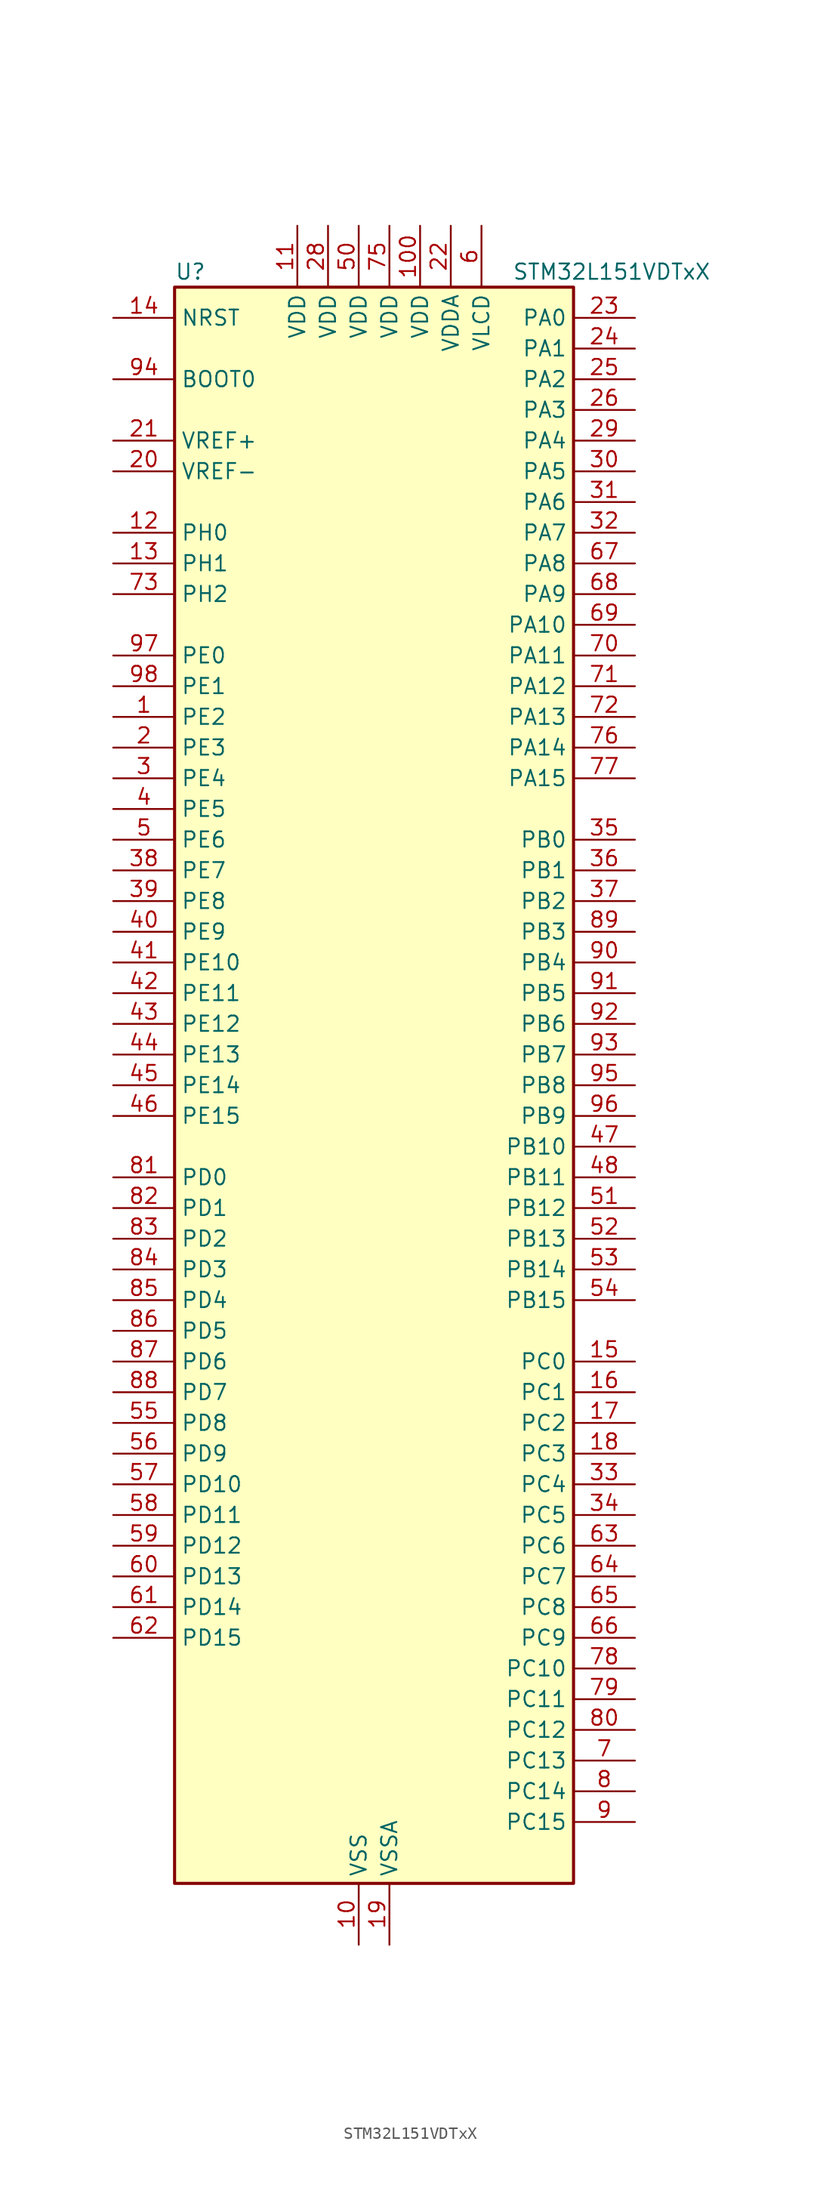
<source format=kicad_sym>
(kicad_symbol_lib
  (version 20220914)
  (generator kicad_symbol_editor)
  (symbol "STM32L151VDTxX"
    (property "Reference" "U"
      (at -15.24 67.31 0)
      (effects (font (size 1.27 1.27)) (justify left)))
    (property "Value" "STM32L151VDTxX"
      (at 12.7 67.31 0)
      (effects (font (size 1.27 1.27)) (justify left)))
    (property "ki_locked" ""
      (at 0 0 0)
      (effects (font (size 1.27 1.27))))
    (symbol "STM32L151VDTxX_0_1"
      (rectangle (start -15.24 -66.04) (end 17.78 66.04) (stroke (width 0.254) (type default)) (fill (type background))))
    (symbol "STM32L151VDTxX_1_1"
      (pin bidirectional line (at -20.32 30.48 0) (length 5.08) (name "PE2" (effects (font (size 1.27 1.27)))) (number "1" (effects (font (size 1.27 1.27)))) (alternate "SYS_TRACECK" bidirectional line) (alternate "TIM3_ETR" bidirectional line) (alternate "TIMX_IC3" bidirectional line))
      (pin power_in line (at 0 -71.12 90) (length 5.08) (name "VSS" (effects (font (size 1.27 1.27)))) (number "10" (effects (font (size 1.27 1.27)))))
      (pin power_in line (at 5.08 71.12 270) (length 5.08) (name "VDD" (effects (font (size 1.27 1.27)))) (number "100" (effects (font (size 1.27 1.27)))))
      (pin power_in line (at -5.08 71.12 270) (length 5.08) (name "VDD" (effects (font (size 1.27 1.27)))) (number "11" (effects (font (size 1.27 1.27)))))
      (pin bidirectional line (at -20.32 45.72 0) (length 5.08) (name "PH0" (effects (font (size 1.27 1.27)))) (number "12" (effects (font (size 1.27 1.27)))) (alternate "RCC_OSC_IN" bidirectional line))
      (pin bidirectional line (at -20.32 43.18 0) (length 5.08) (name "PH1" (effects (font (size 1.27 1.27)))) (number "13" (effects (font (size 1.27 1.27)))) (alternate "RCC_OSC_OUT" bidirectional line))
      (pin input line (at -20.32 63.5 0) (length 5.08) (name "NRST" (effects (font (size 1.27 1.27)))) (number "14" (effects (font (size 1.27 1.27)))))
      (pin bidirectional line (at 22.86 -22.86 180) (length 5.08) (name "PC0" (effects (font (size 1.27 1.27)))) (number "15" (effects (font (size 1.27 1.27)))) (alternate "ADC_IN10" bidirectional line) (alternate "COMP1_INP" bidirectional line) (alternate "TIMX_IC1" bidirectional line) (alternate "TS_G8_IO1" bidirectional line))
      (pin bidirectional line (at 22.86 -25.4 180) (length 5.08) (name "PC1" (effects (font (size 1.27 1.27)))) (number "16" (effects (font (size 1.27 1.27)))) (alternate "ADC_IN11" bidirectional line) (alternate "COMP1_INP" bidirectional line) (alternate "TIMX_IC2" bidirectional line) (alternate "TS_G8_IO2" bidirectional line))
      (pin bidirectional line (at 22.86 -27.94 180) (length 5.08) (name "PC2" (effects (font (size 1.27 1.27)))) (number "17" (effects (font (size 1.27 1.27)))) (alternate "ADC_IN12" bidirectional line) (alternate "COMP1_INP" bidirectional line) (alternate "TIMX_IC3" bidirectional line) (alternate "TS_G8_IO3" bidirectional line))
      (pin bidirectional line (at 22.86 -30.48 180) (length 5.08) (name "PC3" (effects (font (size 1.27 1.27)))) (number "18" (effects (font (size 1.27 1.27)))) (alternate "ADC_IN13" bidirectional line) (alternate "COMP1_INP" bidirectional line) (alternate "TIMX_IC4" bidirectional line) (alternate "TS_G8_IO4" bidirectional line))
      (pin power_in line (at 2.54 -71.12 90) (length 5.08) (name "VSSA" (effects (font (size 1.27 1.27)))) (number "19" (effects (font (size 1.27 1.27)))))
      (pin bidirectional line (at -20.32 27.94 0) (length 5.08) (name "PE3" (effects (font (size 1.27 1.27)))) (number "2" (effects (font (size 1.27 1.27)))) (alternate "SYS_TRACED0" bidirectional line) (alternate "TIM3_CH1" bidirectional line) (alternate "TIMX_IC4" bidirectional line))
      (pin input line (at -20.32 50.8 0) (length 5.08) (name "VREF-" (effects (font (size 1.27 1.27)))) (number "20" (effects (font (size 1.27 1.27)))))
      (pin input line (at -20.32 53.34 0) (length 5.08) (name "VREF+" (effects (font (size 1.27 1.27)))) (number "21" (effects (font (size 1.27 1.27)))))
      (pin power_in line (at 7.62 71.12 270) (length 5.08) (name "VDDA" (effects (font (size 1.27 1.27)))) (number "22" (effects (font (size 1.27 1.27)))))
      (pin bidirectional line (at 22.86 63.5 180) (length 5.08) (name "PA0" (effects (font (size 1.27 1.27)))) (number "23" (effects (font (size 1.27 1.27)))) (alternate "ADC_IN0" bidirectional line) (alternate "COMP1_INP" bidirectional line) (alternate "RTC_TAMP2" bidirectional line) (alternate "SYS_WKUP1" bidirectional line) (alternate "TIM2_CH1" bidirectional line) (alternate "TIM2_ETR" bidirectional line) (alternate "TIM5_CH1" bidirectional line) (alternate "TIMX_IC1" bidirectional line) (alternate "TS_G1_IO1" bidirectional line) (alternate "USART2_CTS" bidirectional line))
      (pin bidirectional line (at 22.86 60.96 180) (length 5.08) (name "PA1" (effects (font (size 1.27 1.27)))) (number "24" (effects (font (size 1.27 1.27)))) (alternate "ADC_IN1" bidirectional line) (alternate "COMP1_INP" bidirectional line) (alternate "OPAMP1_VINP" bidirectional line) (alternate "TIM2_CH2" bidirectional line) (alternate "TIM5_CH2" bidirectional line) (alternate "TIMX_IC2" bidirectional line) (alternate "TS_G1_IO2" bidirectional line) (alternate "USART2_RTS" bidirectional line))
      (pin bidirectional line (at 22.86 58.42 180) (length 5.08) (name "PA2" (effects (font (size 1.27 1.27)))) (number "25" (effects (font (size 1.27 1.27)))) (alternate "ADC_IN2" bidirectional line) (alternate "COMP1_INP" bidirectional line) (alternate "OPAMP1_VINM" bidirectional line) (alternate "TIM2_CH3" bidirectional line) (alternate "TIM5_CH3" bidirectional line) (alternate "TIM9_CH1" bidirectional line) (alternate "TIMX_IC3" bidirectional line) (alternate "TS_G1_IO3" bidirectional line) (alternate "USART2_TX" bidirectional line))
      (pin bidirectional line (at 22.86 55.88 180) (length 5.08) (name "PA3" (effects (font (size 1.27 1.27)))) (number "26" (effects (font (size 1.27 1.27)))) (alternate "ADC_IN3" bidirectional line) (alternate "COMP1_INP" bidirectional line) (alternate "OPAMP1_VOUT" bidirectional line) (alternate "TIM2_CH4" bidirectional line) (alternate "TIM5_CH4" bidirectional line) (alternate "TIM9_CH2" bidirectional line) (alternate "TIMX_IC4" bidirectional line) (alternate "TS_G1_IO4" bidirectional line) (alternate "USART2_RX" bidirectional line))
      (pin passive line (at 0 -71.12 90) (length 5.08) hide (name "VSS" (effects (font (size 1.27 1.27)))) (number "27" (effects (font (size 1.27 1.27)))))
      (pin power_in line (at -2.54 71.12 270) (length 5.08) (name "VDD" (effects (font (size 1.27 1.27)))) (number "28" (effects (font (size 1.27 1.27)))))
      (pin bidirectional line (at 22.86 53.34 180) (length 5.08) (name "PA4" (effects (font (size 1.27 1.27)))) (number "29" (effects (font (size 1.27 1.27)))) (alternate "ADC_IN4" bidirectional line) (alternate "COMP1_INP" bidirectional line) (alternate "DAC_OUT1" bidirectional line) (alternate "I2S3_WS" bidirectional line) (alternate "SPI1_NSS" bidirectional line) (alternate "SPI3_NSS" bidirectional line) (alternate "TIMX_IC1" bidirectional line) (alternate "USART2_CK" bidirectional line))
      (pin bidirectional line (at -20.32 25.4 0) (length 5.08) (name "PE4" (effects (font (size 1.27 1.27)))) (number "3" (effects (font (size 1.27 1.27)))) (alternate "SYS_TRACED1" bidirectional line) (alternate "TIM3_CH2" bidirectional line) (alternate "TIMX_IC1" bidirectional line))
      (pin bidirectional line (at 22.86 50.8 180) (length 5.08) (name "PA5" (effects (font (size 1.27 1.27)))) (number "30" (effects (font (size 1.27 1.27)))) (alternate "ADC_IN5" bidirectional line) (alternate "COMP1_INP" bidirectional line) (alternate "DAC_OUT2" bidirectional line) (alternate "SPI1_SCK" bidirectional line) (alternate "TIM2_CH1" bidirectional line) (alternate "TIM2_ETR" bidirectional line) (alternate "TIMX_IC2" bidirectional line))
      (pin bidirectional line (at 22.86 48.26 180) (length 5.08) (name "PA6" (effects (font (size 1.27 1.27)))) (number "31" (effects (font (size 1.27 1.27)))) (alternate "ADC_IN6" bidirectional line) (alternate "COMP1_INP" bidirectional line) (alternate "OPAMP2_VINP" bidirectional line) (alternate "SPI1_MISO" bidirectional line) (alternate "TIM10_CH1" bidirectional line) (alternate "TIM3_CH1" bidirectional line) (alternate "TIMX_IC3" bidirectional line) (alternate "TS_G2_IO1" bidirectional line))
      (pin bidirectional line (at 22.86 45.72 180) (length 5.08) (name "PA7" (effects (font (size 1.27 1.27)))) (number "32" (effects (font (size 1.27 1.27)))) (alternate "ADC_IN7" bidirectional line) (alternate "COMP1_INP" bidirectional line) (alternate "OPAMP2_VINM" bidirectional line) (alternate "SPI1_MOSI" bidirectional line) (alternate "TIM11_CH1" bidirectional line) (alternate "TIM3_CH2" bidirectional line) (alternate "TIMX_IC4" bidirectional line) (alternate "TS_G2_IO2" bidirectional line))
      (pin bidirectional line (at 22.86 -33.02 180) (length 5.08) (name "PC4" (effects (font (size 1.27 1.27)))) (number "33" (effects (font (size 1.27 1.27)))) (alternate "ADC_IN14" bidirectional line) (alternate "COMP1_INP" bidirectional line) (alternate "TIMX_IC1" bidirectional line) (alternate "TS_G9_IO1" bidirectional line))
      (pin bidirectional line (at 22.86 -35.56 180) (length 5.08) (name "PC5" (effects (font (size 1.27 1.27)))) (number "34" (effects (font (size 1.27 1.27)))) (alternate "ADC_IN15" bidirectional line) (alternate "COMP1_INP" bidirectional line) (alternate "TIMX_IC2" bidirectional line) (alternate "TS_G9_IO2" bidirectional line))
      (pin bidirectional line (at 22.86 20.32 180) (length 5.08) (name "PB0" (effects (font (size 1.27 1.27)))) (number "35" (effects (font (size 1.27 1.27)))) (alternate "ADC_IN8" bidirectional line) (alternate "COMP1_INP" bidirectional line) (alternate "OPAMP2_VOUT" bidirectional line) (alternate "SYS_V_REF_OUT" bidirectional line) (alternate "TIM3_CH3" bidirectional line) (alternate "TS_G3_IO1" bidirectional line))
      (pin bidirectional line (at 22.86 17.78 180) (length 5.08) (name "PB1" (effects (font (size 1.27 1.27)))) (number "36" (effects (font (size 1.27 1.27)))) (alternate "ADC_IN9" bidirectional line) (alternate "COMP1_INP" bidirectional line) (alternate "SYS_V_REF_OUT" bidirectional line) (alternate "TIM3_CH4" bidirectional line) (alternate "TS_G3_IO2" bidirectional line))
      (pin bidirectional line (at 22.86 15.24 180) (length 5.08) (name "PB2" (effects (font (size 1.27 1.27)))) (number "37" (effects (font (size 1.27 1.27)))) (alternate "ADC_IN0b" bidirectional line) (alternate "TS_G3_IO3" bidirectional line))
      (pin bidirectional line (at -20.32 17.78 0) (length 5.08) (name "PE7" (effects (font (size 1.27 1.27)))) (number "38" (effects (font (size 1.27 1.27)))) (alternate "ADC_IN22" bidirectional line) (alternate "COMP1_INP" bidirectional line) (alternate "TIMX_IC4" bidirectional line))
      (pin bidirectional line (at -20.32 15.24 0) (length 5.08) (name "PE8" (effects (font (size 1.27 1.27)))) (number "39" (effects (font (size 1.27 1.27)))) (alternate "ADC_IN23" bidirectional line) (alternate "COMP1_INP" bidirectional line) (alternate "TIMX_IC1" bidirectional line))
      (pin bidirectional line (at -20.32 22.86 0) (length 5.08) (name "PE5" (effects (font (size 1.27 1.27)))) (number "4" (effects (font (size 1.27 1.27)))) (alternate "SYS_TRACED2" bidirectional line) (alternate "TIM9_CH1" bidirectional line) (alternate "TIMX_IC2" bidirectional line))
      (pin bidirectional line (at -20.32 12.7 0) (length 5.08) (name "PE9" (effects (font (size 1.27 1.27)))) (number "40" (effects (font (size 1.27 1.27)))) (alternate "ADC_IN24" bidirectional line) (alternate "COMP1_INP" bidirectional line) (alternate "DAC_EXTI9" bidirectional line) (alternate "TIM2_CH1" bidirectional line) (alternate "TIM2_ETR" bidirectional line) (alternate "TIMX_IC2" bidirectional line))
      (pin bidirectional line (at -20.32 10.16 0) (length 5.08) (name "PE10" (effects (font (size 1.27 1.27)))) (number "41" (effects (font (size 1.27 1.27)))) (alternate "ADC_IN25" bidirectional line) (alternate "COMP1_INP" bidirectional line) (alternate "TIM2_CH2" bidirectional line) (alternate "TIMX_IC3" bidirectional line))
      (pin bidirectional line (at -20.32 7.62 0) (length 5.08) (name "PE11" (effects (font (size 1.27 1.27)))) (number "42" (effects (font (size 1.27 1.27)))) (alternate "ADC_EXTI11" bidirectional line) (alternate "TIM2_CH3" bidirectional line) (alternate "TIMX_IC4" bidirectional line))
      (pin bidirectional line (at -20.32 5.08 0) (length 5.08) (name "PE12" (effects (font (size 1.27 1.27)))) (number "43" (effects (font (size 1.27 1.27)))) (alternate "SPI1_NSS" bidirectional line) (alternate "TIM2_CH4" bidirectional line) (alternate "TIMX_IC1" bidirectional line))
      (pin bidirectional line (at -20.32 2.54 0) (length 5.08) (name "PE13" (effects (font (size 1.27 1.27)))) (number "44" (effects (font (size 1.27 1.27)))) (alternate "SPI1_SCK" bidirectional line) (alternate "TIMX_IC2" bidirectional line))
      (pin bidirectional line (at -20.32 0 0) (length 5.08) (name "PE14" (effects (font (size 1.27 1.27)))) (number "45" (effects (font (size 1.27 1.27)))) (alternate "SPI1_MISO" bidirectional line) (alternate "TIMX_IC3" bidirectional line))
      (pin bidirectional line (at -20.32 -2.54 0) (length 5.08) (name "PE15" (effects (font (size 1.27 1.27)))) (number "46" (effects (font (size 1.27 1.27)))) (alternate "ADC_EXTI15" bidirectional line) (alternate "SPI1_MOSI" bidirectional line) (alternate "TIMX_IC4" bidirectional line))
      (pin bidirectional line (at 22.86 -5.08 180) (length 5.08) (name "PB10" (effects (font (size 1.27 1.27)))) (number "47" (effects (font (size 1.27 1.27)))) (alternate "I2C2_SCL" bidirectional line) (alternate "TIM2_CH3" bidirectional line) (alternate "USART3_TX" bidirectional line))
      (pin bidirectional line (at 22.86 -7.62 180) (length 5.08) (name "PB11" (effects (font (size 1.27 1.27)))) (number "48" (effects (font (size 1.27 1.27)))) (alternate "ADC_EXTI11" bidirectional line) (alternate "I2C2_SDA" bidirectional line) (alternate "TIM2_CH4" bidirectional line) (alternate "USART3_RX" bidirectional line))
      (pin passive line (at 0 -71.12 90) (length 5.08) hide (name "VSS" (effects (font (size 1.27 1.27)))) (number "49" (effects (font (size 1.27 1.27)))))
      (pin bidirectional line (at -20.32 20.32 0) (length 5.08) (name "PE6" (effects (font (size 1.27 1.27)))) (number "5" (effects (font (size 1.27 1.27)))) (alternate "RTC_TAMP3" bidirectional line) (alternate "SYS_TRACED3" bidirectional line) (alternate "SYS_WKUP3" bidirectional line) (alternate "TIM9_CH2" bidirectional line) (alternate "TIMX_IC3" bidirectional line))
      (pin power_in line (at 0 71.12 270) (length 5.08) (name "VDD" (effects (font (size 1.27 1.27)))) (number "50" (effects (font (size 1.27 1.27)))))
      (pin bidirectional line (at 22.86 -10.16 180) (length 5.08) (name "PB12" (effects (font (size 1.27 1.27)))) (number "51" (effects (font (size 1.27 1.27)))) (alternate "ADC_IN18" bidirectional line) (alternate "COMP1_INP" bidirectional line) (alternate "I2C2_SMBA" bidirectional line) (alternate "I2S2_WS" bidirectional line) (alternate "SPI2_NSS" bidirectional line) (alternate "TIM10_CH1" bidirectional line) (alternate "TS_G7_IO1" bidirectional line) (alternate "USART3_CK" bidirectional line))
      (pin bidirectional line (at 22.86 -12.7 180) (length 5.08) (name "PB13" (effects (font (size 1.27 1.27)))) (number "52" (effects (font (size 1.27 1.27)))) (alternate "ADC_IN19" bidirectional line) (alternate "COMP1_INP" bidirectional line) (alternate "I2S2_CK" bidirectional line) (alternate "SPI2_SCK" bidirectional line) (alternate "TIM9_CH1" bidirectional line) (alternate "TS_G7_IO2" bidirectional line) (alternate "USART3_CTS" bidirectional line))
      (pin bidirectional line (at 22.86 -15.24 180) (length 5.08) (name "PB14" (effects (font (size 1.27 1.27)))) (number "53" (effects (font (size 1.27 1.27)))) (alternate "ADC_IN20" bidirectional line) (alternate "COMP1_INP" bidirectional line) (alternate "SPI2_MISO" bidirectional line) (alternate "TIM9_CH2" bidirectional line) (alternate "TS_G7_IO3" bidirectional line) (alternate "USART3_RTS" bidirectional line))
      (pin bidirectional line (at 22.86 -17.78 180) (length 5.08) (name "PB15" (effects (font (size 1.27 1.27)))) (number "54" (effects (font (size 1.27 1.27)))) (alternate "ADC_EXTI15" bidirectional line) (alternate "ADC_IN21" bidirectional line) (alternate "COMP1_INP" bidirectional line) (alternate "I2S2_SD" bidirectional line) (alternate "RTC_REFIN" bidirectional line) (alternate "SPI2_MOSI" bidirectional line) (alternate "TIM11_CH1" bidirectional line) (alternate "TS_G7_IO4" bidirectional line))
      (pin bidirectional line (at -20.32 -27.94 0) (length 5.08) (name "PD8" (effects (font (size 1.27 1.27)))) (number "55" (effects (font (size 1.27 1.27)))) (alternate "TIMX_IC1" bidirectional line) (alternate "USART3_TX" bidirectional line))
      (pin bidirectional line (at -20.32 -30.48 0) (length 5.08) (name "PD9" (effects (font (size 1.27 1.27)))) (number "56" (effects (font (size 1.27 1.27)))) (alternate "DAC_EXTI9" bidirectional line) (alternate "TIMX_IC2" bidirectional line) (alternate "USART3_RX" bidirectional line))
      (pin bidirectional line (at -20.32 -33.02 0) (length 5.08) (name "PD10" (effects (font (size 1.27 1.27)))) (number "57" (effects (font (size 1.27 1.27)))) (alternate "TIMX_IC3" bidirectional line) (alternate "USART3_CK" bidirectional line))
      (pin bidirectional line (at -20.32 -35.56 0) (length 5.08) (name "PD11" (effects (font (size 1.27 1.27)))) (number "58" (effects (font (size 1.27 1.27)))) (alternate "ADC_EXTI11" bidirectional line) (alternate "TIMX_IC4" bidirectional line) (alternate "USART3_CTS" bidirectional line))
      (pin bidirectional line (at -20.32 -38.1 0) (length 5.08) (name "PD12" (effects (font (size 1.27 1.27)))) (number "59" (effects (font (size 1.27 1.27)))) (alternate "TIM4_CH1" bidirectional line) (alternate "TIMX_IC1" bidirectional line) (alternate "USART3_RTS" bidirectional line))
      (pin power_in line (at 10.16 71.12 270) (length 5.08) (name "VLCD" (effects (font (size 1.27 1.27)))) (number "6" (effects (font (size 1.27 1.27)))))
      (pin bidirectional line (at -20.32 -40.64 0) (length 5.08) (name "PD13" (effects (font (size 1.27 1.27)))) (number "60" (effects (font (size 1.27 1.27)))) (alternate "TIM4_CH2" bidirectional line) (alternate "TIMX_IC2" bidirectional line))
      (pin bidirectional line (at -20.32 -43.18 0) (length 5.08) (name "PD14" (effects (font (size 1.27 1.27)))) (number "61" (effects (font (size 1.27 1.27)))) (alternate "TIM4_CH3" bidirectional line) (alternate "TIMX_IC3" bidirectional line))
      (pin bidirectional line (at -20.32 -45.72 0) (length 5.08) (name "PD15" (effects (font (size 1.27 1.27)))) (number "62" (effects (font (size 1.27 1.27)))) (alternate "ADC_EXTI15" bidirectional line) (alternate "TIM4_CH4" bidirectional line) (alternate "TIMX_IC4" bidirectional line))
      (pin bidirectional line (at 22.86 -38.1 180) (length 5.08) (name "PC6" (effects (font (size 1.27 1.27)))) (number "63" (effects (font (size 1.27 1.27)))) (alternate "I2S2_MCK" bidirectional line) (alternate "TIM3_CH1" bidirectional line) (alternate "TIMX_IC3" bidirectional line) (alternate "TS_G10_IO1" bidirectional line))
      (pin bidirectional line (at 22.86 -40.64 180) (length 5.08) (name "PC7" (effects (font (size 1.27 1.27)))) (number "64" (effects (font (size 1.27 1.27)))) (alternate "I2S3_MCK" bidirectional line) (alternate "TIM3_CH2" bidirectional line) (alternate "TIMX_IC4" bidirectional line) (alternate "TS_G10_IO2" bidirectional line))
      (pin bidirectional line (at 22.86 -43.18 180) (length 5.08) (name "PC8" (effects (font (size 1.27 1.27)))) (number "65" (effects (font (size 1.27 1.27)))) (alternate "TIM3_CH3" bidirectional line) (alternate "TIMX_IC1" bidirectional line) (alternate "TS_G10_IO3" bidirectional line))
      (pin bidirectional line (at 22.86 -45.72 180) (length 5.08) (name "PC9" (effects (font (size 1.27 1.27)))) (number "66" (effects (font (size 1.27 1.27)))) (alternate "DAC_EXTI9" bidirectional line) (alternate "TIM3_CH4" bidirectional line) (alternate "TIMX_IC2" bidirectional line) (alternate "TS_G10_IO4" bidirectional line))
      (pin bidirectional line (at 22.86 43.18 180) (length 5.08) (name "PA8" (effects (font (size 1.27 1.27)))) (number "67" (effects (font (size 1.27 1.27)))) (alternate "RCC_MCO" bidirectional line) (alternate "TIMX_IC1" bidirectional line) (alternate "TS_G4_IO1" bidirectional line) (alternate "USART1_CK" bidirectional line))
      (pin bidirectional line (at 22.86 40.64 180) (length 5.08) (name "PA9" (effects (font (size 1.27 1.27)))) (number "68" (effects (font (size 1.27 1.27)))) (alternate "DAC_EXTI9" bidirectional line) (alternate "TIMX_IC2" bidirectional line) (alternate "TS_G4_IO2" bidirectional line) (alternate "USART1_TX" bidirectional line))
      (pin bidirectional line (at 22.86 38.1 180) (length 5.08) (name "PA10" (effects (font (size 1.27 1.27)))) (number "69" (effects (font (size 1.27 1.27)))) (alternate "TIMX_IC3" bidirectional line) (alternate "TS_G4_IO3" bidirectional line) (alternate "USART1_RX" bidirectional line))
      (pin bidirectional line (at 22.86 -55.88 180) (length 5.08) (name "PC13" (effects (font (size 1.27 1.27)))) (number "7" (effects (font (size 1.27 1.27)))) (alternate "RTC_OUT_ALARM" bidirectional line) (alternate "RTC_OUT_CALIB" bidirectional line) (alternate "RTC_TAMP1" bidirectional line) (alternate "RTC_TS" bidirectional line) (alternate "SYS_WKUP2" bidirectional line) (alternate "TIMX_IC2" bidirectional line))
      (pin bidirectional line (at 22.86 35.56 180) (length 5.08) (name "PA11" (effects (font (size 1.27 1.27)))) (number "70" (effects (font (size 1.27 1.27)))) (alternate "ADC_EXTI11" bidirectional line) (alternate "SPI1_MISO" bidirectional line) (alternate "TIMX_IC4" bidirectional line) (alternate "USART1_CTS" bidirectional line) (alternate "USB_DM" bidirectional line))
      (pin bidirectional line (at 22.86 33.02 180) (length 5.08) (name "PA12" (effects (font (size 1.27 1.27)))) (number "71" (effects (font (size 1.27 1.27)))) (alternate "SPI1_MOSI" bidirectional line) (alternate "TIMX_IC1" bidirectional line) (alternate "USART1_RTS" bidirectional line) (alternate "USB_DP" bidirectional line))
      (pin bidirectional line (at 22.86 30.48 180) (length 5.08) (name "PA13" (effects (font (size 1.27 1.27)))) (number "72" (effects (font (size 1.27 1.27)))) (alternate "SYS_JTMS-SWDIO" bidirectional line) (alternate "TIMX_IC2" bidirectional line) (alternate "TS_G5_IO1" bidirectional line))
      (pin bidirectional line (at -20.32 40.64 0) (length 5.08) (name "PH2" (effects (font (size 1.27 1.27)))) (number "73" (effects (font (size 1.27 1.27)))))
      (pin passive line (at 0 -71.12 90) (length 5.08) hide (name "VSS" (effects (font (size 1.27 1.27)))) (number "74" (effects (font (size 1.27 1.27)))))
      (pin power_in line (at 2.54 71.12 270) (length 5.08) (name "VDD" (effects (font (size 1.27 1.27)))) (number "75" (effects (font (size 1.27 1.27)))))
      (pin bidirectional line (at 22.86 27.94 180) (length 5.08) (name "PA14" (effects (font (size 1.27 1.27)))) (number "76" (effects (font (size 1.27 1.27)))) (alternate "SYS_JTCK-SWCLK" bidirectional line) (alternate "TIMX_IC3" bidirectional line) (alternate "TS_G5_IO2" bidirectional line))
      (pin bidirectional line (at 22.86 25.4 180) (length 5.08) (name "PA15" (effects (font (size 1.27 1.27)))) (number "77" (effects (font (size 1.27 1.27)))) (alternate "ADC_EXTI15" bidirectional line) (alternate "I2S3_WS" bidirectional line) (alternate "SPI1_NSS" bidirectional line) (alternate "SPI3_NSS" bidirectional line) (alternate "SYS_JTDI" bidirectional line) (alternate "TIM2_CH1" bidirectional line) (alternate "TIM2_ETR" bidirectional line) (alternate "TIMX_IC4" bidirectional line) (alternate "TS_G5_IO3" bidirectional line))
      (pin bidirectional line (at 22.86 -48.26 180) (length 5.08) (name "PC10" (effects (font (size 1.27 1.27)))) (number "78" (effects (font (size 1.27 1.27)))) (alternate "I2S3_CK" bidirectional line) (alternate "SPI3_SCK" bidirectional line) (alternate "TIMX_IC3" bidirectional line) (alternate "UART4_TX" bidirectional line) (alternate "USART3_TX" bidirectional line))
      (pin bidirectional line (at 22.86 -50.8 180) (length 5.08) (name "PC11" (effects (font (size 1.27 1.27)))) (number "79" (effects (font (size 1.27 1.27)))) (alternate "ADC_EXTI11" bidirectional line) (alternate "SPI3_MISO" bidirectional line) (alternate "TIMX_IC4" bidirectional line) (alternate "UART4_RX" bidirectional line) (alternate "USART3_RX" bidirectional line))
      (pin bidirectional line (at 22.86 -58.42 180) (length 5.08) (name "PC14" (effects (font (size 1.27 1.27)))) (number "8" (effects (font (size 1.27 1.27)))) (alternate "RCC_OSC32_IN" bidirectional line) (alternate "TIMX_IC3" bidirectional line))
      (pin bidirectional line (at 22.86 -53.34 180) (length 5.08) (name "PC12" (effects (font (size 1.27 1.27)))) (number "80" (effects (font (size 1.27 1.27)))) (alternate "I2S3_SD" bidirectional line) (alternate "SPI3_MOSI" bidirectional line) (alternate "TIMX_IC1" bidirectional line) (alternate "UART5_TX" bidirectional line) (alternate "USART3_CK" bidirectional line))
      (pin bidirectional line (at -20.32 -7.62 0) (length 5.08) (name "PD0" (effects (font (size 1.27 1.27)))) (number "81" (effects (font (size 1.27 1.27)))) (alternate "I2S2_WS" bidirectional line) (alternate "SPI2_NSS" bidirectional line) (alternate "TIM9_CH1" bidirectional line) (alternate "TIMX_IC1" bidirectional line))
      (pin bidirectional line (at -20.32 -10.16 0) (length 5.08) (name "PD1" (effects (font (size 1.27 1.27)))) (number "82" (effects (font (size 1.27 1.27)))) (alternate "I2S2_CK" bidirectional line) (alternate "SPI2_SCK" bidirectional line) (alternate "TIMX_IC2" bidirectional line))
      (pin bidirectional line (at -20.32 -12.7 0) (length 5.08) (name "PD2" (effects (font (size 1.27 1.27)))) (number "83" (effects (font (size 1.27 1.27)))) (alternate "TIM3_ETR" bidirectional line) (alternate "TIMX_IC3" bidirectional line) (alternate "UART5_RX" bidirectional line))
      (pin bidirectional line (at -20.32 -15.24 0) (length 5.08) (name "PD3" (effects (font (size 1.27 1.27)))) (number "84" (effects (font (size 1.27 1.27)))) (alternate "SPI2_MISO" bidirectional line) (alternate "TIMX_IC4" bidirectional line) (alternate "USART2_CTS" bidirectional line))
      (pin bidirectional line (at -20.32 -17.78 0) (length 5.08) (name "PD4" (effects (font (size 1.27 1.27)))) (number "85" (effects (font (size 1.27 1.27)))) (alternate "I2S2_SD" bidirectional line) (alternate "SPI2_MOSI" bidirectional line) (alternate "TIMX_IC1" bidirectional line) (alternate "USART2_RTS" bidirectional line))
      (pin bidirectional line (at -20.32 -20.32 0) (length 5.08) (name "PD5" (effects (font (size 1.27 1.27)))) (number "86" (effects (font (size 1.27 1.27)))) (alternate "TIMX_IC2" bidirectional line) (alternate "USART2_TX" bidirectional line))
      (pin bidirectional line (at -20.32 -22.86 0) (length 5.08) (name "PD6" (effects (font (size 1.27 1.27)))) (number "87" (effects (font (size 1.27 1.27)))) (alternate "TIMX_IC3" bidirectional line) (alternate "USART2_RX" bidirectional line))
      (pin bidirectional line (at -20.32 -25.4 0) (length 5.08) (name "PD7" (effects (font (size 1.27 1.27)))) (number "88" (effects (font (size 1.27 1.27)))) (alternate "TIM9_CH2" bidirectional line) (alternate "TIMX_IC4" bidirectional line) (alternate "USART2_CK" bidirectional line))
      (pin bidirectional line (at 22.86 12.7 180) (length 5.08) (name "PB3" (effects (font (size 1.27 1.27)))) (number "89" (effects (font (size 1.27 1.27)))) (alternate "COMP2_INM" bidirectional line) (alternate "I2S3_CK" bidirectional line) (alternate "SPI1_SCK" bidirectional line) (alternate "SPI3_SCK" bidirectional line) (alternate "SYS_JTDO-TRACESWO" bidirectional line) (alternate "TIM2_CH2" bidirectional line))
      (pin bidirectional line (at 22.86 -60.96 180) (length 5.08) (name "PC15" (effects (font (size 1.27 1.27)))) (number "9" (effects (font (size 1.27 1.27)))) (alternate "ADC_EXTI15" bidirectional line) (alternate "RCC_OSC32_OUT" bidirectional line) (alternate "TIMX_IC4" bidirectional line))
      (pin bidirectional line (at 22.86 10.16 180) (length 5.08) (name "PB4" (effects (font (size 1.27 1.27)))) (number "90" (effects (font (size 1.27 1.27)))) (alternate "COMP2_INP" bidirectional line) (alternate "SPI1_MISO" bidirectional line) (alternate "SPI3_MISO" bidirectional line) (alternate "SYS_JTRST" bidirectional line) (alternate "TIM3_CH1" bidirectional line) (alternate "TS_G6_IO1" bidirectional line))
      (pin bidirectional line (at 22.86 7.62 180) (length 5.08) (name "PB5" (effects (font (size 1.27 1.27)))) (number "91" (effects (font (size 1.27 1.27)))) (alternate "COMP2_INP" bidirectional line) (alternate "I2C1_SMBA" bidirectional line) (alternate "I2S3_SD" bidirectional line) (alternate "SPI1_MOSI" bidirectional line) (alternate "SPI3_MOSI" bidirectional line) (alternate "TIM3_CH2" bidirectional line) (alternate "TS_G6_IO2" bidirectional line))
      (pin bidirectional line (at 22.86 5.08 180) (length 5.08) (name "PB6" (effects (font (size 1.27 1.27)))) (number "92" (effects (font (size 1.27 1.27)))) (alternate "COMP2_INP" bidirectional line) (alternate "I2C1_SCL" bidirectional line) (alternate "TIM4_CH1" bidirectional line) (alternate "TS_G6_IO3" bidirectional line) (alternate "USART1_TX" bidirectional line))
      (pin bidirectional line (at 22.86 2.54 180) (length 5.08) (name "PB7" (effects (font (size 1.27 1.27)))) (number "93" (effects (font (size 1.27 1.27)))) (alternate "COMP2_INP" bidirectional line) (alternate "I2C1_SDA" bidirectional line) (alternate "SYS_PVD_IN" bidirectional line) (alternate "TIM4_CH2" bidirectional line) (alternate "TS_G6_IO4" bidirectional line) (alternate "USART1_RX" bidirectional line))
      (pin input line (at -20.32 58.42 0) (length 5.08) (name "BOOT0" (effects (font (size 1.27 1.27)))) (number "94" (effects (font (size 1.27 1.27)))))
      (pin bidirectional line (at 22.86 0 180) (length 5.08) (name "PB8" (effects (font (size 1.27 1.27)))) (number "95" (effects (font (size 1.27 1.27)))) (alternate "I2C1_SCL" bidirectional line) (alternate "TIM10_CH1" bidirectional line) (alternate "TIM4_CH3" bidirectional line))
      (pin bidirectional line (at 22.86 -2.54 180) (length 5.08) (name "PB9" (effects (font (size 1.27 1.27)))) (number "96" (effects (font (size 1.27 1.27)))) (alternate "DAC_EXTI9" bidirectional line) (alternate "I2C1_SDA" bidirectional line) (alternate "TIM11_CH1" bidirectional line) (alternate "TIM4_CH4" bidirectional line))
      (pin bidirectional line (at -20.32 35.56 0) (length 5.08) (name "PE0" (effects (font (size 1.27 1.27)))) (number "97" (effects (font (size 1.27 1.27)))) (alternate "TIM10_CH1" bidirectional line) (alternate "TIM4_ETR" bidirectional line) (alternate "TIMX_IC1" bidirectional line))
      (pin bidirectional line (at -20.32 33.02 0) (length 5.08) (name "PE1" (effects (font (size 1.27 1.27)))) (number "98" (effects (font (size 1.27 1.27)))) (alternate "TIM11_CH1" bidirectional line) (alternate "TIMX_IC2" bidirectional line))
      (pin passive line (at 0 -71.12 90) (length 5.08) hide (name "VSS" (effects (font (size 1.27 1.27)))) (number "99" (effects (font (size 1.27 1.27))))))))
</source>
